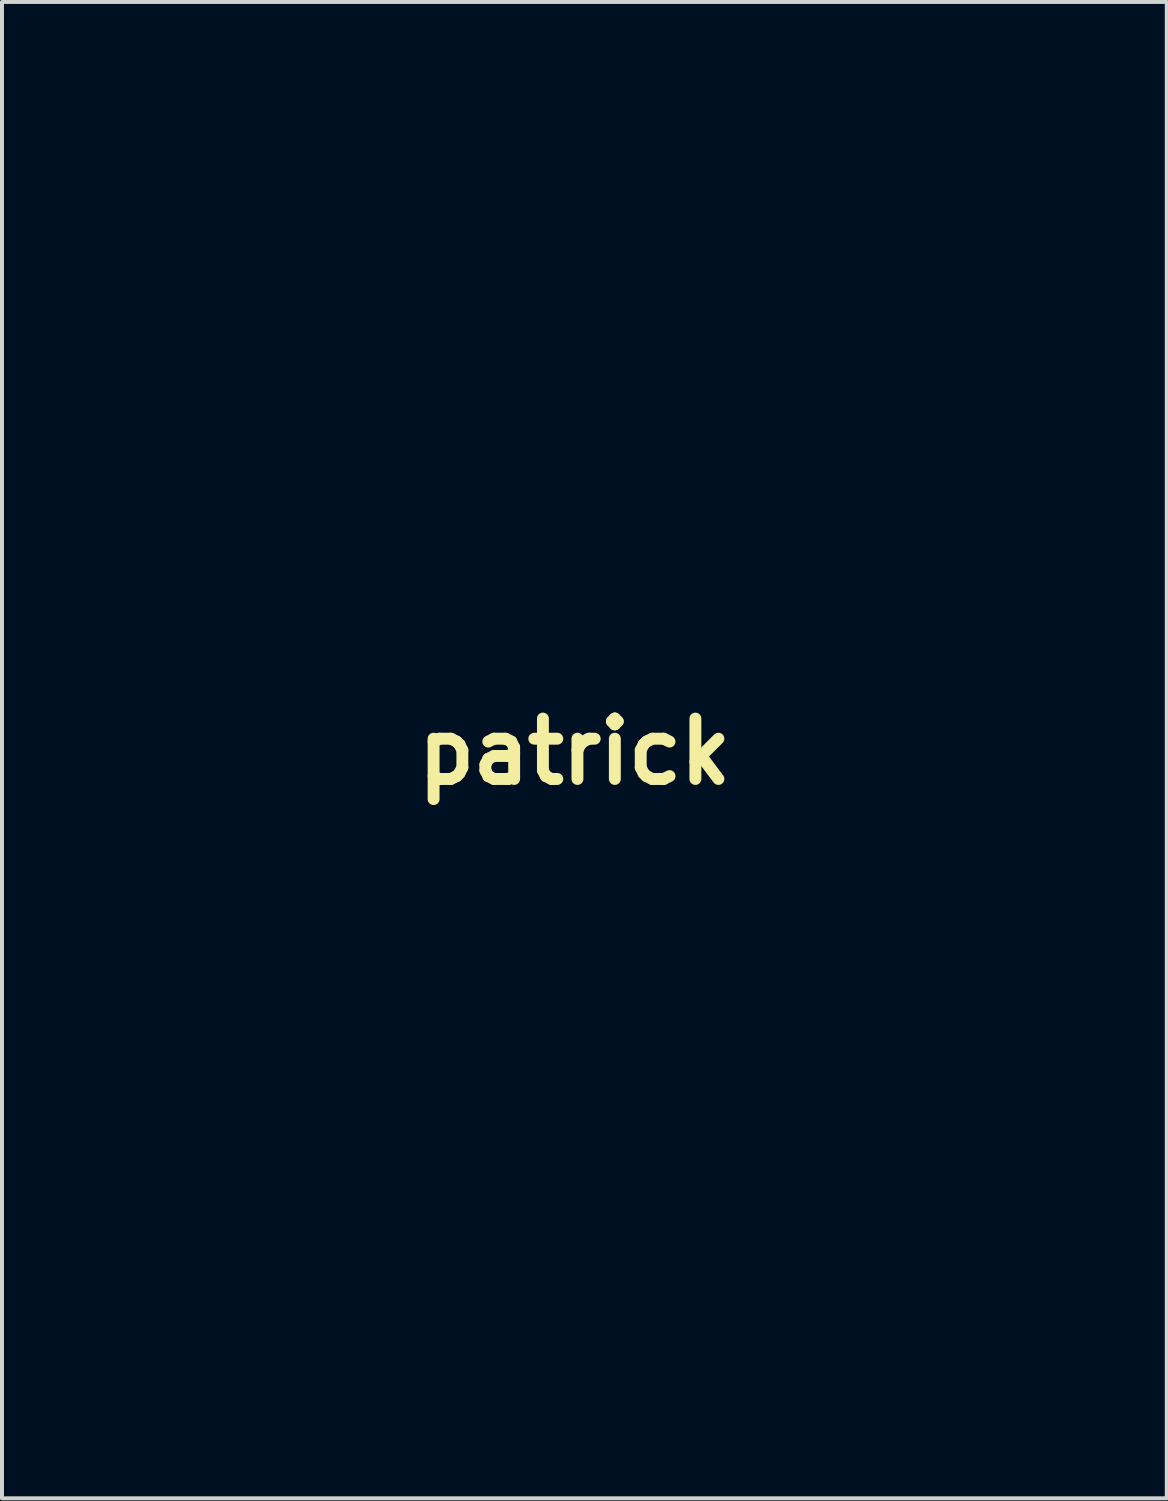
<source format=kicad_pcb>
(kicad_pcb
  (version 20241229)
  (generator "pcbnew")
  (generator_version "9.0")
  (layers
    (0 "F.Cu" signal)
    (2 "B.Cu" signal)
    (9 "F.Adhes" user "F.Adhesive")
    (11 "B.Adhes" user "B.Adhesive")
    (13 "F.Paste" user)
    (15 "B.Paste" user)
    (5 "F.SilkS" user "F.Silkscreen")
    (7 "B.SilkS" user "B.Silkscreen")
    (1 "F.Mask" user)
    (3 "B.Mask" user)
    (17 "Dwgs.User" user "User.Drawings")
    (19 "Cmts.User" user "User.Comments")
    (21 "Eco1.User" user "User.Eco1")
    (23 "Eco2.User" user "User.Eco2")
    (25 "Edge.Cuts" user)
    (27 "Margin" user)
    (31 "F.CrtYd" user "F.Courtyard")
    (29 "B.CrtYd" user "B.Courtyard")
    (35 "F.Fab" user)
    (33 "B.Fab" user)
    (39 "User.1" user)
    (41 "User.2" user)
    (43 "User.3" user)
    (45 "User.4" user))
  (footprint "patrick"
    (layer "F.Cu")
    (at 11.444 15.911)
    (property "Reference" "patrick" (at 0 0 0) (layer "F.SilkS") (effects (font (size 1.524 1.524) (thickness 0.3))))
    (attr through_hole)
    (fp_poly (pts (xy -6.381 2.652) (xy -6.35 2.777) (xy -6.405 2.969) (xy -6.537 3.095) (xy -6.694 3.125) (xy -6.824 3.034) (xy -6.81 2.915) (xy -6.693 2.78) (xy -6.492 2.647) (xy -6.381 2.652)) (stroke (width 0.01) (type solid)) (fill no) (layer "Eco2.User"))
    (fp_poly (pts (xy -7.553 -4.557) (xy -7.406 -4.451) (xy -7.366 -4.367) (xy -7.409 -4.226) (xy -7.547 -4.212) (xy -7.726 -4.286) (xy -7.918 -4.423) (xy -7.947 -4.545) (xy -7.881 -4.61) (xy -7.736 -4.622) (xy -7.553 -4.557)) (stroke (width 0.01) (type solid)) (fill no) (layer "Eco2.User"))
    (fp_poly (pts (xy -0.964 4.125) (xy -0.941 4.277) (xy -1.027 4.478) (xy -1.049 4.508) (xy -1.175 4.639) (xy -1.259 4.615) (xy -1.309 4.499) (xy -1.323 4.273) (xy -1.23 4.112) (xy -1.092 4.064) (xy -0.964 4.125)) (stroke (width 0.01) (type solid)) (fill no) (layer "Eco2.User"))
    (fp_poly (pts (xy -3.745 0.482) (xy -3.738 0.616) (xy -3.823 0.768) (xy -3.873 0.813) (xy -4.048 0.918) (xy -4.154 0.897) (xy -4.182 0.86) (xy -4.173 0.739) (xy -4.077 0.583) (xy -3.942 0.458) (xy -3.848 0.423) (xy -3.745 0.482)) (stroke (width 0.01) (type solid)) (fill no) (layer "Eco2.User"))
    (fp_poly (pts (xy 2.595 -13.242) (xy 2.603 -13.103) (xy 2.507 -12.933) (xy 2.386 -12.836) (xy 2.239 -12.782) (xy 2.133 -12.789) (xy 2.117 -12.821) (xy 2.168 -13.023) (xy 2.29 -13.202) (xy 2.434 -13.291) (xy 2.453 -13.293) (xy 2.595 -13.242)) (stroke (width 0.01) (type solid)) (fill no) (layer "Eco2.User"))
    (fp_poly (pts (xy 7.808 -2.066) (xy 7.814 -1.931) (xy 7.692 -1.739) (xy 7.514 -1.567) (xy 7.394 -1.539) (xy 7.312 -1.652) (xy 7.311 -1.654) (xy 7.328 -1.809) (xy 7.44 -1.979) (xy 7.593 -2.098) (xy 7.67 -2.117) (xy 7.808 -2.066)) (stroke (width 0.01) (type solid)) (fill no) (layer "Eco2.User"))
    (fp_poly (pts (xy -5.534 13.065) (xy -5.502 13.102) (xy -5.481 13.227) (xy -5.45 13.356) (xy -5.44 13.502) (xy -5.543 13.546) (xy -5.569 13.547) (xy -5.732 13.488) (xy -5.791 13.413) (xy -5.839 13.179) (xy -5.765 13.057) (xy -5.673 13.039) (xy -5.534 13.065)) (stroke (width 0.01) (type solid)) (fill no) (layer "Eco2.User"))
    (fp_poly (pts (xy -1.719 -7.391) (xy -1.66 -7.317) (xy -1.608 -7.013) (xy -1.661 -6.713) (xy -1.778 -6.519) (xy -1.992 -6.37) (xy -2.179 -6.383) (xy -2.269 -6.452) (xy -2.345 -6.623) (xy -2.364 -6.877) (xy -2.328 -7.135) (xy -2.253 -7.303) (xy -2.092 -7.415) (xy -1.89 -7.446) (xy -1.719 -7.391)) (stroke (width 0.01) (type solid)) (fill no) (layer "Eco2.User"))
    (fp_poly (pts (xy 0.186 -7.216) (xy 0.314 -7.02) (xy 0.339 -6.818) (xy 0.284 -6.53) (xy 0.143 -6.313) (xy -0.049 -6.191) (xy -0.258 -6.189) (xy -0.406 -6.282) (xy -0.501 -6.479) (xy -0.497 -6.731) (xy -0.412 -6.985) (xy -0.266 -7.186) (xy -0.078 -7.28) (xy -0.05 -7.281) (xy 0.186 -7.216)) (stroke (width 0.01) (type solid)) (fill no) (layer "Eco2.User"))
    (fp_poly (pts (xy -3.904 4.91) (xy -3.928 5.062) (xy -3.977 5.201) (xy -4.02 5.355) (xy -3.958 5.411) (xy -3.813 5.419) (xy -3.582 5.456) (xy -3.497 5.573) (xy -3.522 5.707) (xy -3.643 5.82) (xy -3.847 5.827) (xy -4.088 5.73) (xy -4.18 5.667) (xy -4.363 5.459) (xy -4.377 5.255) (xy -4.222 5.052) (xy -4.149 4.995) (xy -3.975 4.891) (xy -3.904 4.91)) (stroke (width 0.01) (type solid)) (fill no) (layer "Eco2.User"))
    (fp_poly (pts (xy 1.011 -10.482) (xy 1.151 -10.41) (xy 1.459 -10.219) (xy 1.631 -10.051) (xy 1.685 -9.865) (xy 1.641 -9.62) (xy 1.6 -9.495) (xy 1.473 -9.286) (xy 1.304 -9.237) (xy 1.112 -9.352) (xy 1.089 -9.377) (xy 0.766 -9.668) (xy 0.459 -9.873) (xy 0.321 -9.998) (xy 0.268 -10.135) (xy 0.312 -10.23) (xy 0.375 -10.245) (xy 0.485 -10.315) (xy 0.508 -10.414) (xy 0.568 -10.552) (xy 0.74 -10.574) (xy 1.011 -10.482)) (stroke (width 0.01) (type solid)) (fill no) (layer "Eco2.User"))
    (fp_poly (pts (xy -4.492 5.228) (xy -4.487 5.34) (xy -4.417 5.655) (xy -4.231 5.912) (xy -3.968 6.067) (xy -3.806 6.093) (xy -3.597 6.065) (xy -3.375 5.993) (xy -3.2 5.902) (xy -3.133 5.821) (xy -3.062 5.769) (xy -2.963 5.757) (xy -2.826 5.808) (xy -2.794 5.879) (xy -2.862 6.009) (xy -3.026 6.161) (xy -3.226 6.29) (xy -3.403 6.35) (xy -3.416 6.35) (xy -3.564 6.399) (xy -3.598 6.435) (xy -3.738 6.509) (xy -3.978 6.46) (xy -4.231 6.335) (xy -4.465 6.177) (xy -4.655 6.012) (xy -4.676 5.99) (xy -4.784 5.788) (xy -4.824 5.55) (xy -4.795 5.339) (xy -4.695 5.217) (xy -4.692 5.216) (xy -4.542 5.172) (xy -4.492 5.228)) (stroke (width 0.01) (type solid)) (fill no) (layer "Eco2.User"))
    (fp_poly (pts (xy 1.898 -4.746) (xy 2.188 -4.568) (xy 2.216 -4.547) (xy 2.465 -4.327) (xy 2.596 -4.148) (xy 2.6 -4.026) (xy 2.47 -3.979) (xy 2.462 -3.979) (xy 2.317 -4.023) (xy 2.277 -4.085) (xy 2.255 -4.084) (xy 2.207 -3.957) (xy 2.145 -3.742) (xy 2.083 -3.48) (xy 2.059 -3.365) (xy 2.002 -3.197) (xy 1.938 -3.133) (xy 1.871 -3.064) (xy 1.863 -3.009) (xy 1.82 -2.86) (xy 1.706 -2.613) (xy 1.545 -2.313) (xy 1.36 -2.002) (xy 1.24 -1.82) (xy 1.077 -1.617) (xy 0.856 -1.381) (xy 0.612 -1.144) (xy 0.38 -0.94) (xy 0.196 -0.803) (xy 0.106 -0.763) (xy 0.007 -0.721) (xy 0 -0.697) (xy -0.074 -0.622) (xy -0.269 -0.515) (xy -0.543 -0.393) (xy -0.858 -0.275) (xy -1.101 -0.199) (xy -1.394 -0.144) (xy -1.776 -0.11) (xy -2.193 -0.097) (xy -2.595 -0.106) (xy -2.928 -0.137) (xy -3.133 -0.185) (xy -3.474 -0.333) (xy -3.718 -0.457) (xy -3.902 -0.58) (xy -2.879 -0.58) (xy -2.801 -0.543) (xy -2.597 -0.52) (xy -2.307 -0.51) (xy -1.973 -0.515) (xy -1.636 -0.532) (xy -1.339 -0.562) (xy -1.143 -0.599) (xy -0.721 -0.735) (xy -0.334 -0.922) (xy 0.089 -1.196) (xy 0.127 -1.222) (xy 0.55 -1.524) (xy 0.104 -1.524) (xy -0.18 -1.511) (xy -0.41 -1.478) (xy -0.488 -1.454) (xy -0.651 -1.373) (xy -0.889 -1.252) (xy -0.99 -1.2) (xy -1.235 -1.102) (xy -1.387 -1.098) (xy -1.426 -1.181) (xy -1.341 -1.33) (xy -1.288 -1.411) (xy -1.333 -1.439) (xy -1.504 -1.423) (xy -1.596 -1.408) (xy -1.896 -1.339) (xy -2.173 -1.24) (xy -2.222 -1.217) (xy -2.436 -1.078) (xy -2.648 -0.896) (xy -2.81 -0.717) (xy -2.879 -0.584) (xy -2.879 -0.58) (xy -3.902 -0.58) (xy -3.922 -0.593) (xy -4.146 -0.781) (xy -4.326 -0.944) (xy -4.513 -1.16) (xy -4.573 -1.328) (xy -4.519 -1.421) (xy -4.365 -1.412) (xy -4.155 -1.299) (xy -4.03 -1.223) (xy -3.931 -1.225) (xy -3.811 -1.324) (xy -3.675 -1.473) (xy -3.481 -1.74) (xy -3.298 -2.073) (xy -3.222 -2.251) (xy -3.127 -2.563) (xy -3.068 -2.874) (xy -3.049 -3.142) (xy -3.073 -3.327) (xy -3.133 -3.387) (xy -3.249 -3.441) (xy -3.387 -3.556) (xy -3.54 -3.747) (xy -3.55 -3.858) (xy -3.427 -3.881) (xy -3.182 -3.808) (xy -3.103 -3.774) (xy -2.833 -3.678) (xy -2.529 -3.602) (xy -2.498 -3.596) (xy -2.183 -3.56) (xy -1.806 -3.545) (xy -1.4 -3.547) (xy -1.002 -3.565) (xy -0.646 -3.598) (xy -0.367 -3.642) (xy -0.201 -3.696) (xy -0.169 -3.734) (xy -0.096 -3.788) (xy 0.08 -3.81) (xy 0.273 -3.833) (xy 0.375 -3.885) (xy 0.483 -3.95) (xy 0.684 -4.009) (xy 0.71 -4.014) (xy 0.947 -4.078) (xy 1.187 -4.171) (xy 1.398 -4.277) (xy 1.548 -4.377) (xy 1.608 -4.453) (xy 1.545 -4.487) (xy 1.529 -4.487) (xy 1.456 -4.558) (xy 1.439 -4.657) (xy 1.499 -4.794) (xy 1.66 -4.822) (xy 1.898 -4.746)) (stroke (width 0.01) (type solid)) (fill no) (layer "Eco2.User"))
    (fp_poly (pts (xy 4.059 -15.841) (xy 4.31 -15.619) (xy 4.477 -15.351) (xy 4.526 -15.176) (xy 4.557 -14.909) (xy 4.569 -14.6) (xy 4.564 -14.301) (xy 4.539 -14.062) (xy 4.494 -13.933) (xy 4.487 -13.928) (xy 4.421 -13.81) (xy 4.403 -13.678) (xy 4.356 -13.505) (xy 4.235 -13.258) (xy 4.101 -13.042) (xy 3.908 -12.756) (xy 3.758 -12.511) (xy 3.646 -12.279) (xy 3.568 -12.034) (xy 3.518 -11.749) (xy 3.492 -11.398) (xy 3.485 -10.955) (xy 3.492 -10.391) (xy 3.506 -9.779) (xy 3.532 -8.86) (xy 3.564 -8.07) (xy 3.605 -7.37) (xy 3.66 -6.718) (xy 3.73 -6.075) (xy 3.821 -5.401) (xy 3.935 -4.655) (xy 3.969 -4.445) (xy 4.055 -3.995) (xy 4.151 -3.618) (xy 4.247 -3.355) (xy 4.275 -3.304) (xy 4.318 -3.264) (xy 4.39 -3.275) (xy 4.518 -3.352) (xy 4.726 -3.511) (xy 4.992 -3.725) (xy 5.283 -3.962) (xy 5.593 -4.212) (xy 5.704 -4.302) (xy 5.931 -4.484) (xy 6.12 -4.636) (xy 6.186 -4.69) (xy 6.918 -5.25) (xy 7.713 -5.801) (xy 8.528 -6.313) (xy 9.315 -6.758) (xy 9.991 -7.09) (xy 10.474 -7.294) (xy 10.841 -7.416) (xy 11.122 -7.458) (xy 11.349 -7.421) (xy 11.553 -7.308) (xy 11.687 -7.194) (xy 11.841 -7.038) (xy 11.917 -6.9) (xy 11.934 -6.717) (xy 11.914 -6.453) (xy 11.851 -6.083) (xy 11.741 -5.684) (xy 11.675 -5.503) (xy 11.507 -5.158) (xy 11.252 -4.71) (xy 10.931 -4.19) (xy 10.564 -3.628) (xy 10.169 -3.054) (xy 9.766 -2.498) (xy 9.377 -1.989) (xy 9.233 -1.811) (xy 9.106 -1.656) (xy 8.989 -1.512) (xy 8.862 -1.353) (xy 8.702 -1.15) (xy 8.488 -0.876) (xy 8.197 -0.504) (xy 8.101 -0.381) (xy 7.84 -0.048) (xy 7.611 0.245) (xy 7.437 0.468) (xy 7.341 0.589) (xy 7.338 0.593) (xy 6.989 1.04) (xy 6.726 1.396) (xy 6.558 1.649) (xy 6.492 1.789) (xy 6.496 1.811) (xy 6.585 1.962) (xy 6.694 2.239) (xy 6.809 2.601) (xy 6.919 3.007) (xy 7.011 3.417) (xy 7.037 3.556) (xy 7.179 4.555) (xy 7.228 5.443) (xy 7.181 6.25) (xy 7.036 7.009) (xy 6.789 7.752) (xy 6.586 8.213) (xy 6.259 8.849) (xy 5.945 9.357) (xy 5.619 9.774) (xy 5.447 9.957) (xy 5.236 10.204) (xy 5.102 10.467) (xy 5.036 10.786) (xy 5.027 11.202) (xy 5.046 11.535) (xy 5.068 11.944) (xy 5.053 12.223) (xy 4.984 12.408) (xy 4.848 12.536) (xy 4.63 12.646) (xy 4.606 12.656) (xy 4.388 12.795) (xy 4.262 13.022) (xy 4.24 13.095) (xy 4.181 13.335) (xy 4.15 13.516) (xy 4.149 13.541) (xy 4.12 13.712) (xy 4.045 13.985) (xy 3.94 14.304) (xy 3.892 14.436) (xy 3.709 14.868) (xy 3.524 15.184) (xy 3.305 15.437) (xy 3.201 15.531) (xy 2.845 15.763) (xy 2.502 15.831) (xy 2.151 15.734) (xy 1.925 15.596) (xy 1.666 15.371) (xy 1.412 15.064) (xy 1.148 14.651) (xy 0.858 14.11) (xy 0.716 13.822) (xy 0.554 13.509) (xy 0.931 13.509) (xy 0.979 13.619) (xy 1.016 13.631) (xy 1.085 13.702) (xy 1.101 13.801) (xy 1.128 13.938) (xy 1.165 13.97) (xy 1.238 14.039) (xy 1.341 14.213) (xy 1.377 14.287) (xy 1.563 14.654) (xy 1.743 14.922) (xy 1.91 15.108) (xy 2.227 15.371) (xy 2.505 15.477) (xy 2.76 15.427) (xy 3.009 15.222) (xy 3.013 15.218) (xy 3.337 14.772) (xy 3.578 14.273) (xy 3.698 13.807) (xy 3.747 13.549) (xy 3.809 13.356) (xy 3.834 13.312) (xy 3.879 13.183) (xy 3.807 13.137) (xy 3.706 13.183) (xy 3.54 13.251) (xy 3.247 13.317) (xy 2.871 13.374) (xy 2.454 13.418) (xy 2.038 13.443) (xy 1.668 13.445) (xy 1.53 13.437) (xy 1.21 13.417) (xy 1.026 13.424) (xy 0.944 13.463) (xy 0.931 13.509) (xy 0.554 13.509) (xy 0.499 13.402) (xy 0.33 13.141) (xy 0.21 13.04) (xy 0.198 13.039) (xy 0.047 12.99) (xy -0.162 12.867) (xy -0.235 12.815) (xy -0.418 12.659) (xy -0.492 12.519) (xy -0.489 12.316) (xy -0.479 12.234) (xy -0.43 11.876) (xy -0.871 11.825) (xy -1.325 11.766) (xy -1.821 11.691) (xy -2.287 11.613) (xy -2.615 11.55) (xy -2.902 11.489) (xy -2.845 11.792) (xy -2.827 12.026) (xy -2.899 12.189) (xy -2.977 12.271) (xy -3.145 12.397) (xy -3.272 12.446) (xy -3.357 12.52) (xy -3.446 12.707) (xy -3.477 12.806) (xy -3.71 13.512) (xy -3.981 14.06) (xy -4.29 14.447) (xy -4.634 14.672) (xy -5.012 14.734) (xy -5.422 14.631) (xy -5.497 14.596) (xy -5.755 14.4) (xy -6.031 14.08) (xy -6.297 13.676) (xy -6.529 13.229) (xy -6.7 12.777) (xy -6.722 12.7) (xy -6.82 12.363) (xy -6.437 12.363) (xy -6.376 12.562) (xy -6.36 12.595) (xy -6.178 13) (xy -6.048 13.377) (xy -5.983 13.553) (xy -5.932 13.631) (xy -5.851 13.723) (xy -5.721 13.897) (xy -5.684 13.949) (xy -5.533 14.125) (xy -5.397 14.219) (xy -5.371 14.224) (xy -5.262 14.272) (xy -5.249 14.309) (xy -5.187 14.389) (xy -5.032 14.387) (xy -4.833 14.313) (xy -4.636 14.18) (xy -4.606 14.151) (xy -4.33 13.864) (xy -4.158 13.637) (xy -4.059 13.43) (xy -4.03 13.328) (xy -3.973 13.099) (xy -3.93 12.941) (xy -3.936 12.852) (xy -4.044 12.799) (xy -4.287 12.764) (xy -4.294 12.763) (xy -5.177 12.634) (xy -5.912 12.429) (xy -6.287 12.266) (xy -6.405 12.254) (xy -6.437 12.363) (xy -6.82 12.363) (xy -6.844 12.279) (xy -6.959 11.977) (xy -7.091 11.749) (xy -7.262 11.547) (xy -7.344 11.466) (xy -7.588 11.192) (xy -7.692 10.95) (xy -7.681 10.847) (xy -7.286 10.847) (xy -7.275 11.002) (xy -7.13 11.196) (xy -6.88 11.41) (xy -6.55 11.629) (xy -6.166 11.835) (xy -5.757 12.012) (xy -5.349 12.143) (xy -5.149 12.187) (xy -4.795 12.228) (xy -4.388 12.241) (xy -3.98 12.227) (xy -3.62 12.191) (xy -3.36 12.133) (xy -3.305 12.109) (xy -3.161 11.956) (xy -3.149 11.829) (xy -3.205 11.695) (xy -3.351 11.573) (xy -3.617 11.442) (xy -3.81 11.365) (xy -4.584 11.043) (xy -5.312 10.695) (xy -5.958 10.339) (xy -6.485 9.995) (xy -6.616 9.896) (xy -6.839 9.728) (xy -6.963 9.668) (xy -7.016 9.717) (xy -7.027 9.872) (xy -7.027 9.879) (xy -7.061 10.152) (xy -7.148 10.489) (xy -7.263 10.8) (xy -7.286 10.847) (xy -7.681 10.847) (xy -7.666 10.698) (xy -7.589 10.516) (xy -7.512 10.311) (xy -7.427 10.011) (xy -7.366 9.735) (xy -7.258 9.182) (xy -7.524 8.803) (xy -7.827 8.265) (xy -8.078 7.61) (xy -8.269 6.886) (xy -8.388 6.138) (xy -8.419 5.55) (xy -8.128 5.55) (xy -8.109 5.809) (xy -8.054 6.197) (xy -7.97 6.679) (xy -7.862 7.221) (xy -7.858 7.239) (xy -7.765 7.586) (xy -7.64 7.943) (xy -7.598 8.042) (xy -7.434 8.318) (xy -7.173 8.654) (xy -6.854 9.011) (xy -6.517 9.346) (xy -6.199 9.617) (xy -5.992 9.757) (xy -5.797 9.882) (xy -5.684 9.982) (xy -5.673 10.006) (xy -5.604 10.068) (xy -5.546 10.075) (xy -5.433 10.11) (xy -5.419 10.139) (xy -5.349 10.212) (xy -5.178 10.307) (xy -5.144 10.322) (xy -4.902 10.43) (xy -4.599 10.569) (xy -4.45 10.639) (xy -4.188 10.751) (xy -3.969 10.823) (xy -3.884 10.837) (xy -3.728 10.88) (xy -3.683 10.922) (xy -3.564 10.993) (xy -3.465 11.007) (xy -3.245 11.047) (xy -3.153 11.085) (xy -2.994 11.137) (xy -2.706 11.204) (xy -2.327 11.277) (xy -1.896 11.35) (xy -1.451 11.416) (xy -1.032 11.469) (xy -0.953 11.477) (xy -0.665 11.504) (xy -0.506 11.501) (xy -0.439 11.456) (xy -0.424 11.358) (xy -0.423 11.316) (xy -0.385 11.127) (xy -0.294 11.023) (xy -0.187 11.046) (xy -0.185 11.048) (xy -0.158 11.154) (xy -0.138 11.386) (xy -0.128 11.697) (xy -0.127 11.789) (xy -0.127 12.472) (xy 0.209 12.646) (xy 0.492 12.77) (xy 0.806 12.855) (xy 1.191 12.909) (xy 1.685 12.937) (xy 1.985 12.943) (xy 2.35 12.944) (xy 2.567 12.93) (xy 2.656 12.9) (xy 2.642 12.852) (xy 2.581 12.703) (xy 2.548 12.441) (xy 2.543 12.121) (xy 2.564 11.796) (xy 2.612 11.521) (xy 2.658 11.39) (xy 2.897 11.054) (xy 3.176 10.874) (xy 3.482 10.856) (xy 3.805 11.003) (xy 3.809 11.006) (xy 3.988 11.11) (xy 4.097 11.102) (xy 4.132 11.069) (xy 4.168 10.938) (xy 4.068 10.775) (xy 3.824 10.567) (xy 3.747 10.511) (xy 3.558 10.346) (xy 3.481 10.161) (xy 3.471 9.995) (xy 3.484 9.83) (xy 3.536 9.685) (xy 3.654 9.523) (xy 3.859 9.309) (xy 4.054 9.123) (xy 4.452 8.784) (xy 4.804 8.578) (xy 5.149 8.491) (xy 5.525 8.51) (xy 5.699 8.545) (xy 6.022 8.621) (xy 6.279 8.057) (xy 6.416 7.757) (xy 6.535 7.504) (xy 6.61 7.35) (xy 6.612 7.346) (xy 6.675 7.14) (xy 6.689 7.003) (xy 6.718 6.814) (xy 6.762 6.727) (xy 6.807 6.606) (xy 6.852 6.369) (xy 6.886 6.073) (xy 6.937 5.5) (xy 6.58 5.777) (xy 6.372 5.941) (xy 6.223 6.062) (xy 6.181 6.1) (xy 6.005 6.245) (xy 5.71 6.439) (xy 5.333 6.662) (xy 4.909 6.893) (xy 4.474 7.114) (xy 4.064 7.303) (xy 3.81 7.408) (xy 3.55 7.511) (xy 3.339 7.601) (xy 3.282 7.629) (xy 3.067 7.695) (xy 2.969 7.705) (xy 2.81 7.739) (xy 2.758 7.78) (xy 2.648 7.85) (xy 2.478 7.903) (xy 2.25 7.951) (xy 1.954 8.015) (xy 1.841 8.04) (xy 1.33 8.147) (xy 0.92 8.219) (xy 0.548 8.262) (xy 0.15 8.284) (xy -0.337 8.292) (xy -0.36 8.292) (xy -0.794 8.298) (xy -1.086 8.312) (xy -1.259 8.338) (xy -1.339 8.379) (xy -1.355 8.422) (xy -1.399 8.582) (xy -1.508 8.813) (xy -1.646 9.052) (xy -1.779 9.233) (xy -1.807 9.26) (xy -2.12 9.467) (xy -2.459 9.564) (xy -2.779 9.547) (xy -3.035 9.412) (xy -3.068 9.377) (xy -3.219 9.168) (xy -3.309 8.996) (xy -3.398 8.849) (xy -3.472 8.805) (xy -3.516 8.859) (xy -3.467 8.983) (xy -3.411 9.253) (xy -3.501 9.538) (xy -3.658 9.734) (xy -3.879 9.847) (xy -4.206 9.902) (xy -4.583 9.899) (xy -4.954 9.834) (xy -5.08 9.794) (xy -5.446 9.649) (xy -5.759 9.508) (xy -5.985 9.389) (xy -6.092 9.306) (xy -6.096 9.293) (xy -6.162 9.232) (xy -6.192 9.229) (xy -6.344 9.151) (xy -6.458 8.945) (xy -6.514 8.65) (xy -6.517 8.575) (xy -6.487 8.295) (xy -6.368 8.058) (xy -6.254 7.916) (xy -6.11 7.729) (xy -6.043 7.592) (xy -6.047 7.556) (xy -6.134 7.56) (xy -6.166 7.596) (xy -6.313 7.731) (xy -6.537 7.847) (xy -6.756 7.906) (xy -6.844 7.902) (xy -6.982 7.812) (xy -7.144 7.633) (xy -7.185 7.577) (xy -7.296 7.386) (xy -7.318 7.306) (xy -4.286 7.306) (xy -4.235 7.349) (xy -4.06 7.42) (xy -3.836 7.492) (xy -3.531 7.584) (xy -3.262 7.666) (xy -3.133 7.707) (xy -2.959 7.747) (xy -2.665 7.795) (xy -2.3 7.844) (xy -2.074 7.87) (xy -1.683 7.912) (xy -1.33 7.951) (xy -1.065 7.98) (xy -0.974 7.99) (xy -0.652 8.016) (xy -0.339 8.019) (xy 0.009 7.993) (xy 0.44 7.937) (xy 0.889 7.866) (xy 1.313 7.795) (xy 1.7 7.731) (xy 2.007 7.679) (xy 2.181 7.649) (xy 2.384 7.595) (xy 2.501 7.53) (xy 2.503 7.526) (xy 2.616 7.466) (xy 2.74 7.451) (xy 2.927 7.423) (xy 3.01 7.383) (xy 3.13 7.32) (xy 3.355 7.228) (xy 3.556 7.156) (xy 3.772 7.077) (xy 3.984 6.99) (xy 4.225 6.877) (xy 4.526 6.723) (xy 4.918 6.514) (xy 5.307 6.302) (xy 5.583 6.134) (xy 5.896 5.918) (xy 6.212 5.681) (xy 6.495 5.45) (xy 6.713 5.251) (xy 6.831 5.112) (xy 6.84 5.092) (xy 6.798 5.093) (xy 6.653 5.187) (xy 6.43 5.357) (xy 6.255 5.5) (xy 5.669 5.93) (xy 4.966 6.341) (xy 4.7 6.475) (xy 4.089 6.768) (xy 3.593 6.998) (xy 3.174 7.179) (xy 2.794 7.321) (xy 2.417 7.439) (xy 2.005 7.545) (xy 1.521 7.652) (xy 0.928 7.772) (xy 0.861 7.785) (xy 0.244 7.862) (xy -0.486 7.881) (xy -1.285 7.846) (xy -2.109 7.76) (xy -2.912 7.626) (xy -3.651 7.449) (xy -3.837 7.393) (xy -4.077 7.327) (xy -4.244 7.299) (xy -4.286 7.306) (xy -7.318 7.306) (xy -7.35 7.188) (xy -7.36 6.917) (xy -7.353 6.735) (xy -7.344 6.426) (xy -7.364 6.234) (xy -7.427 6.104) (xy -7.539 5.989) (xy -7.747 5.781) (xy -7.94 5.555) (xy -8.128 5.311) (xy -8.128 5.55) (xy -8.419 5.55) (xy -8.426 5.416) (xy -8.378 4.799) (xy -8.082 4.799) (xy -7.995 4.948) (xy -7.846 5.154) (xy -7.661 5.384) (xy -7.467 5.604) (xy -7.312 5.757) (xy -6.939 6.064) (xy -6.518 6.344) (xy -6.003 6.625) (xy -5.673 6.786) (xy -5.25 6.985) (xy -4.952 7.121) (xy -4.75 7.206) (xy -4.617 7.252) (xy -4.524 7.27) (xy -4.487 7.271) (xy -4.482 7.242) (xy -4.604 7.167) (xy -4.741 7.1) (xy -5.368 6.809) (xy -5.868 6.557) (xy -6.275 6.324) (xy -6.621 6.089) (xy -6.939 5.83) (xy -7.261 5.527) (xy -7.421 5.364) (xy -7.678 5.105) (xy -7.893 4.898) (xy -8.037 4.77) (xy -8.081 4.741) (xy -8.082 4.799) (xy -8.378 4.799) (xy -8.376 4.784) (xy -8.324 4.394) (xy -8.281 3.941) (xy -7.945 3.941) (xy -7.921 4.146) (xy -7.833 4.342) (xy -7.765 4.451) (xy -7.491 4.815) (xy -7.118 5.224) (xy -6.688 5.634) (xy -6.625 5.689) (xy -6.449 5.813) (xy -6.161 5.988) (xy -5.802 6.19) (xy -5.413 6.398) (xy -5.034 6.59) (xy -4.707 6.742) (xy -4.614 6.781) (xy -4.225 6.937) (xy -3.956 7.036) (xy -3.772 7.09) (xy -3.637 7.111) (xy -3.593 7.112) (xy -3.418 7.145) (xy -3.344 7.197) (xy -3.235 7.248) (xy -3.02 7.278) (xy -2.921 7.281) (xy -2.683 7.299) (xy -2.524 7.344) (xy -2.498 7.366) (xy -2.396 7.395) (xy -2.138 7.419) (xy -1.739 7.436) (xy -1.212 7.447) (xy -0.593 7.451) (xy 0.045 7.447) (xy 0.568 7.436) (xy 0.963 7.418) (xy 1.216 7.394) (xy 1.312 7.366) (xy 1.425 7.308) (xy 1.63 7.282) (xy 1.651 7.281) (xy 1.86 7.259) (xy 1.985 7.203) (xy 1.99 7.197) (xy 2.108 7.127) (xy 2.216 7.112) (xy 2.393 7.086) (xy 2.642 7.021) (xy 2.907 6.934) (xy 3.136 6.844) (xy 3.272 6.77) (xy 3.288 6.752) (xy 3.385 6.694) (xy 3.437 6.689) (xy 3.613 6.651) (xy 3.705 6.611) (xy 3.977 6.476) (xy 4.278 6.337) (xy 4.563 6.214) (xy 4.785 6.127) (xy 4.898 6.096) (xy 4.99 6.039) (xy 4.995 6.011) (xy 5.063 5.934) (xy 5.106 5.927) (xy 5.247 5.873) (xy 5.385 5.77) (xy 5.544 5.64) (xy 5.644 5.58) (xy 5.783 5.491) (xy 5.984 5.322) (xy 6.21 5.107) (xy 6.427 4.884) (xy 6.597 4.688) (xy 6.684 4.556) (xy 6.689 4.536) (xy 6.733 4.419) (xy 6.773 4.403) (xy 6.827 4.328) (xy 6.856 4.14) (xy 6.858 4.069) (xy 6.838 3.844) (xy 6.789 3.699) (xy 6.773 3.683) (xy 6.712 3.568) (xy 6.689 3.387) (xy 6.662 3.193) (xy 6.604 3.09) (xy 6.538 2.974) (xy 6.519 2.831) (xy 6.49 2.675) (xy 6.435 2.625) (xy 6.365 2.554) (xy 6.35 2.46) (xy 6.314 2.287) (xy 6.214 2.263) (xy 6.065 2.389) (xy 5.999 2.476) (xy 5.793 2.751) (xy 5.644 2.901) (xy 5.527 2.946) (xy 5.465 2.934) (xy 5.401 2.84) (xy 5.395 2.689) (xy 5.443 2.565) (xy 5.493 2.54) (xy 5.561 2.471) (xy 5.65 2.306) (xy 5.652 2.302) (xy 5.791 2.059) (xy 5.927 1.882) (xy 6.048 1.734) (xy 6.096 1.645) (xy 6.142 1.555) (xy 6.26 1.374) (xy 6.419 1.145) (xy 6.588 0.913) (xy 6.736 0.72) (xy 6.814 0.629) (xy 6.913 0.505) (xy 7.058 0.305) (xy 7.112 0.227) (xy 7.253 0.039) (xy 7.361 -0.072) (xy 7.387 -0.084) (xy 7.445 -0.153) (xy 7.451 -0.199) (xy 7.509 -0.334) (xy 7.631 -0.474) (xy 7.798 -0.651) (xy 7.98 -0.884) (xy 8.013 -0.931) (xy 8.187 -1.174) (xy 8.405 -1.462) (xy 8.52 -1.609) (xy 8.738 -1.883) (xy 8.954 -2.156) (xy 9.048 -2.274) (xy 9.225 -2.497) (xy 9.382 -2.688) (xy 9.409 -2.721) (xy 9.548 -2.897) (xy 9.714 -3.127) (xy 9.748 -3.176) (xy 9.886 -3.359) (xy 9.991 -3.462) (xy 10.012 -3.471) (xy 10.07 -3.539) (xy 10.075 -3.588) (xy 10.135 -3.734) (xy 10.211 -3.817) (xy 10.36 -3.991) (xy 10.423 -4.103) (xy 10.528 -4.312) (xy 10.654 -4.523) (xy 10.753 -4.657) (xy 10.822 -4.755) (xy 10.913 -4.907) (xy 11.17 -5.378) (xy 11.337 -5.72) (xy 11.419 -5.945) (xy 11.43 -6.019) (xy 11.472 -6.176) (xy 11.515 -6.223) (xy 11.59 -6.357) (xy 11.589 -6.566) (xy 11.52 -6.78) (xy 11.432 -6.898) (xy 11.267 -6.997) (xy 11.045 -7.011) (xy 10.92 -6.995) (xy 10.664 -6.941) (xy 10.462 -6.879) (xy 10.431 -6.866) (xy 10.275 -6.789) (xy 10.031 -6.672) (xy 9.864 -6.593) (xy 9.622 -6.476) (xy 9.45 -6.385) (xy 9.398 -6.351) (xy 9.302 -6.29) (xy 9.111 -6.186) (xy 9.017 -6.138) (xy 8.766 -5.998) (xy 8.556 -5.856) (xy 8.514 -5.821) (xy 8.349 -5.708) (xy 8.239 -5.673) (xy 8.137 -5.621) (xy 8.128 -5.588) (xy 8.067 -5.506) (xy 8.047 -5.503) (xy 7.945 -5.457) (xy 7.744 -5.336) (xy 7.484 -5.165) (xy 7.202 -4.971) (xy 6.937 -4.779) (xy 6.726 -4.616) (xy 6.652 -4.553) (xy 6.506 -4.44) (xy 6.423 -4.403) (xy 6.325 -4.348) (xy 6.17 -4.215) (xy 6.146 -4.191) (xy 5.992 -4.05) (xy 5.89 -3.981) (xy 5.882 -3.979) (xy 5.784 -3.928) (xy 5.72 -3.873) (xy 5.464 -3.644) (xy 5.174 -3.408) (xy 5.03 -3.3) (xy 4.857 -3.167) (xy 4.592 -2.95) (xy 4.272 -2.68) (xy 3.93 -2.385) (xy 3.601 -2.095) (xy 3.5 -2.004) (xy 3.24 -1.802) (xy 3.063 -1.742) (xy 2.974 -1.824) (xy 2.963 -1.917) (xy 3.021 -2.035) (xy 3.173 -2.229) (xy 3.389 -2.461) (xy 3.438 -2.51) (xy 3.681 -2.758) (xy 3.818 -2.932) (xy 3.872 -3.068) (xy 3.863 -3.201) (xy 3.822 -3.403) (xy 3.763 -3.702) (xy 3.706 -3.994) (xy 3.643 -4.288) (xy 3.581 -4.514) (xy 3.535 -4.622) (xy 3.496 -4.739) (xy 3.473 -4.958) (xy 3.471 -5.052) (xy 3.454 -5.274) (xy 3.41 -5.404) (xy 3.387 -5.419) (xy 3.342 -5.496) (xy 3.312 -5.702) (xy 3.302 -5.964) (xy 3.29 -6.253) (xy 3.258 -6.47) (xy 3.217 -6.562) (xy 3.192 -6.662) (xy 3.172 -6.923) (xy 3.155 -7.339) (xy 3.143 -7.9) (xy 3.135 -8.6) (xy 3.133 -9.431) (xy 3.133 -9.446) (xy 3.134 -10.246) (xy 3.138 -10.894) (xy 3.146 -11.408) (xy 3.16 -11.806) (xy 3.181 -12.105) (xy 3.211 -12.325) (xy 3.25 -12.481) (xy 3.301 -12.593) (xy 3.365 -12.677) (xy 3.387 -12.7) (xy 3.469 -12.817) (xy 3.593 -13.025) (xy 3.723 -13.263) (xy 3.828 -13.472) (xy 3.868 -13.568) (xy 3.942 -13.693) (xy 3.989 -13.716) (xy 4.046 -13.788) (xy 4.064 -13.923) (xy 4.095 -14.102) (xy 4.149 -14.182) (xy 4.196 -14.289) (xy 4.226 -14.51) (xy 4.233 -14.699) (xy 4.217 -15.006) (xy 4.154 -15.209) (xy 4.04 -15.356) (xy 3.871 -15.48) (xy 3.727 -15.513) (xy 3.723 -15.512) (xy 3.571 -15.454) (xy 3.34 -15.352) (xy 3.078 -15.229) (xy 2.838 -15.111) (xy 2.67 -15.021) (xy 2.625 -14.99) (xy 2.537 -14.916) (xy 2.361 -14.78) (xy 2.244 -14.693) (xy 2.006 -14.498) (xy 1.708 -14.225) (xy 1.382 -13.907) (xy 1.059 -13.576) (xy 0.772 -13.267) (xy 0.554 -13.01) (xy 0.449 -12.863) (xy 0.332 -12.696) (xy 0.242 -12.616) (xy 0.236 -12.615) (xy 0.173 -12.549) (xy 0.169 -12.516) (xy 0.117 -12.381) (xy 0.029 -12.262) (xy -0.132 -12.054) (xy -0.3 -11.771) (xy -0.481 -11.409) (xy -0.589 -11.212) (xy -0.678 -11.1) (xy -0.697 -11.091) (xy -0.755 -11.029) (xy -0.751 -10.907) (xy -0.69 -10.823) (xy -0.62 -10.729) (xy -0.563 -10.566) (xy -0.558 -10.351) (xy -0.689 -10.168) (xy -0.693 -10.164) (xy -0.871 -10.038) (xy -1.015 -9.991) (xy -1.217 -9.917) (xy -1.34 -9.734) (xy -1.355 -9.635) (xy -1.394 -9.507) (xy -1.439 -9.483) (xy -1.509 -9.412) (xy -1.524 -9.32) (xy -1.572 -9.168) (xy -1.63 -9.122) (xy -1.635 -9.067) (xy -1.515 -8.974) (xy -1.468 -8.948) (xy -1.228 -8.786) (xy -1.032 -8.595) (xy -0.859 -8.424) (xy -0.723 -8.387) (xy -0.663 -8.449) (xy -0.514 -8.619) (xy -0.251 -8.765) (xy 0.07 -8.863) (xy 0.331 -8.89) (xy 0.575 -8.879) (xy 0.731 -8.85) (xy 0.762 -8.826) (xy 0.831 -8.751) (xy 0.999 -8.657) (xy 1.011 -8.652) (xy 1.25 -8.461) (xy 1.473 -8.113) (xy 1.476 -8.107) (xy 1.653 -7.6) (xy 1.71 -7.062) (xy 1.658 -6.519) (xy 1.509 -5.996) (xy 1.276 -5.519) (xy 0.97 -5.113) (xy 0.602 -4.804) (xy 0.185 -4.617) (xy -0.152 -4.572) (xy -0.416 -4.588) (xy -0.619 -4.656) (xy -0.833 -4.806) (xy -0.941 -4.898) (xy -1.152 -5.077) (xy -1.28 -5.157) (xy -1.37 -5.152) (xy -1.466 -5.076) (xy -1.475 -5.067) (xy -1.638 -4.949) (xy -1.75 -4.911) (xy -1.853 -4.86) (xy -1.863 -4.826) (xy -1.94 -4.781) (xy -2.142 -4.751) (xy -2.379 -4.741) (xy -2.748 -4.763) (xy -3.009 -4.838) (xy -3.134 -4.911) (xy -3.372 -5.081) (xy -3.515 -4.678) (xy -3.64 -4.331) (xy -3.736 -4.08) (xy -3.827 -3.864) (xy -3.94 -3.618) (xy -3.99 -3.514) (xy -4.112 -3.275) (xy -4.212 -3.109) (xy -4.255 -3.062) (xy -4.318 -2.966) (xy -4.318 -2.957) (xy -4.351 -2.818) (xy -4.432 -2.615) (xy -4.533 -2.406) (xy -4.626 -2.25) (xy -4.677 -2.201) (xy -4.739 -2.136) (xy -4.741 -2.111) (xy -4.785 -1.992) (xy -4.895 -1.791) (xy -4.974 -1.665) (xy -5.186 -1.339) (xy -5.333 -1.101) (xy -5.447 -0.903) (xy -5.553 -0.699) (xy -5.663 -0.518) (xy -5.755 -0.426) (xy -5.767 -0.423) (xy -5.84 -0.359) (xy -5.842 -0.338) (xy -5.888 -0.232) (xy -6.008 -0.032) (xy -6.173 0.22) (xy -6.355 0.482) (xy -6.524 0.713) (xy -6.654 0.872) (xy -6.705 0.917) (xy -6.772 1.014) (xy -6.773 1.029) (xy -6.821 1.143) (xy -6.94 1.328) (xy -6.985 1.389) (xy -7.119 1.587) (xy -7.192 1.738) (xy -7.197 1.765) (xy -7.254 1.857) (xy -7.281 1.863) (xy -7.363 1.927) (xy -7.366 1.949) (xy -7.41 2.066) (xy -7.52 2.264) (xy -7.591 2.376) (xy -7.732 2.631) (xy -7.823 2.871) (xy -7.836 2.946) (xy -7.859 3.161) (xy -7.894 3.461) (xy -7.918 3.647) (xy -7.945 3.941) (xy -8.281 3.941) (xy -8.28 3.932) (xy -8.253 3.495) (xy -8.252 3.477) (xy -8.23 3.125) (xy -8.196 2.821) (xy -8.156 2.619) (xy -8.145 2.588) (xy -7.915 2.101) (xy -7.728 1.744) (xy -7.568 1.489) (xy -7.5 1.397) (xy -7.305 1.153) (xy -7.61 0.724) (xy -7.779 0.495) (xy -7.915 0.329) (xy -7.979 0.268) (xy -8.043 0.172) (xy -8.043 0.169) (xy -8.089 0.073) (xy -8.21 -0.128) (xy -8.387 -0.399) (xy -8.509 -0.578) (xy -8.708 -0.87) (xy -8.865 -1.108) (xy -8.958 -1.257) (xy -8.975 -1.292) (xy -9.016 -1.375) (xy -9.126 -1.572) (xy -9.288 -1.849) (xy -9.428 -2.083) (xy -9.943 -2.974) (xy -10.374 -3.789) (xy -10.71 -4.51) (xy -10.871 -4.911) (xy -10.991 -5.235) (xy -11.095 -5.514) (xy -11.164 -5.696) (xy -11.171 -5.715) (xy -11.32 -6.195) (xy -11.41 -6.701) (xy -11.431 -7.062) (xy -11.091 -7.062) (xy -11.079 -6.776) (xy -11.046 -6.563) (xy -11.007 -6.477) (xy -10.936 -6.358) (xy -10.922 -6.259) (xy -10.883 -6.038) (xy -10.847 -5.947) (xy -10.761 -5.762) (xy -10.668 -5.546) (xy -10.57 -5.317) (xy -10.489 -5.145) (xy -10.425 -4.98) (xy -10.414 -4.914) (xy -10.379 -4.788) (xy -10.29 -4.572) (xy -10.172 -4.317) (xy -10.048 -4.074) (xy -9.944 -3.892) (xy -9.888 -3.824) (xy -9.832 -3.727) (xy -9.821 -3.641) (xy -9.791 -3.496) (xy -9.758 -3.457) (xy -9.69 -3.372) (xy -9.575 -3.177) (xy -9.441 -2.921) (xy -9.306 -2.657) (xy -9.199 -2.459) (xy -9.144 -2.371) (xy -9.058 -2.246) (xy -8.901 -1.978) (xy -8.679 -1.573) (xy -8.671 -1.558) (xy -8.531 -1.313) (xy -8.349 -1.014) (xy -8.146 -0.697) (xy -7.947 -0.395) (xy -7.773 -0.144) (xy -7.647 0.022) (xy -7.599 0.071) (xy -7.536 0.167) (xy -7.535 0.176) (xy -7.482 0.293) (xy -7.357 0.455) (xy -7.214 0.603) (xy -7.105 0.676) (xy -7.097 0.677) (xy -7.035 0.609) (xy -7.027 0.55) (xy -6.991 0.438) (xy -6.961 0.423) (xy -6.889 0.356) (xy -6.757 0.178) (xy -6.591 -0.074) (xy -6.559 -0.127) (xy -6.391 -0.389) (xy -6.252 -0.584) (xy -6.167 -0.675) (xy -6.16 -0.677) (xy -6.101 -0.745) (xy -6.096 -0.788) (xy -6.044 -0.932) (xy -5.948 -1.066) (xy -5.831 -1.216) (xy -5.691 -1.436) (xy -5.508 -1.759) (xy -5.383 -1.99) (xy -5.293 -2.142) (xy -5.249 -2.201) (xy -5.163 -2.326) (xy -5.006 -2.596) (xy -4.782 -3.004) (xy -4.77 -3.027) (xy -4.674 -3.233) (xy -4.644 -3.364) (xy -4.661 -3.387) (xy -4.775 -3.43) (xy -4.973 -3.542) (xy -5.094 -3.619) (xy -5.328 -3.774) (xy -5.518 -3.9) (xy -5.575 -3.937) (xy -5.729 -4.056) (xy -5.904 -4.212) (xy -6.062 -4.344) (xy -6.171 -4.402) (xy -6.174 -4.403) (xy -6.27 -4.457) (xy -6.441 -4.597) (xy -6.575 -4.72) (xy -6.845 -4.964) (xy -7.137 -5.207) (xy -7.242 -5.287) (xy -7.468 -5.463) (xy -7.652 -5.619) (xy -7.705 -5.669) (xy -7.852 -5.804) (xy -8.064 -5.976) (xy -8.128 -6.025) (xy -8.358 -6.205) (xy -8.557 -6.373) (xy -8.594 -6.406) (xy -8.75 -6.538) (xy -8.99 -6.724) (xy -9.229 -6.9) (xy -9.468 -7.079) (xy -9.645 -7.223) (xy -9.723 -7.301) (xy -9.82 -7.36) (xy -9.871 -7.366) (xy -9.979 -7.414) (xy -9.991 -7.451) (xy -10.059 -7.526) (xy -10.118 -7.535) (xy -10.23 -7.581) (xy -10.245 -7.62) (xy -10.316 -7.689) (xy -10.414 -7.705) (xy -10.552 -7.74) (xy -10.583 -7.789) (xy -10.639 -7.868) (xy -10.778 -7.842) (xy -10.937 -7.734) (xy -11.029 -7.602) (xy -11.078 -7.393) (xy -11.091 -7.062) (xy -11.431 -7.062) (xy -11.439 -7.185) (xy -11.402 -7.598) (xy -11.334 -7.822) (xy -11.143 -8.058) (xy -10.86 -8.167) (xy -10.515 -8.138) (xy -10.441 -8.115) (xy -10.214 -8.027) (xy -10.054 -7.951) (xy -10.033 -7.937) (xy -9.922 -7.86) (xy -9.717 -7.72) (xy -9.483 -7.564) (xy -9.239 -7.398) (xy -9.055 -7.268) (xy -8.975 -7.204) (xy -8.893 -7.13) (xy -8.717 -6.977) (xy -8.479 -6.777) (xy -8.424 -6.732) (xy -8.147 -6.498) (xy -7.893 -6.28) (xy -7.715 -6.121) (xy -7.705 -6.111) (xy -7.491 -5.923) (xy -7.175 -5.659) (xy -6.789 -5.345) (xy -6.365 -5.006) (xy -5.936 -4.668) (xy -5.534 -4.357) (xy -5.192 -4.099) (xy -4.984 -3.949) (xy -4.685 -3.75) (xy -4.491 -3.649) (xy -4.377 -3.635) (xy -4.338 -3.662) (xy -4.252 -3.813) (xy -4.119 -4.107) (xy -3.946 -4.528) (xy -3.812 -4.868) (xy -3.731 -5.075) (xy -3.651 -5.275) (xy -3.598 -5.518) (xy -3.648 -5.687) (xy -3.692 -5.863) (xy -3.714 -6.166) (xy -3.712 -6.552) (xy -3.712 -6.576) (xy -3.556 -6.576) (xy -3.513 -6.12) (xy -3.461 -5.952) (xy -3.319 -5.623) (xy -3.196 -5.411) (xy -3.058 -5.27) (xy -2.882 -5.161) (xy -2.534 -5.026) (xy -2.221 -5.028) (xy -1.887 -5.169) (xy -1.795 -5.226) (xy -1.439 -5.457) (xy -1.439 -6.24) (xy -1.436 -6.415) (xy -1.269 -6.415) (xy -1.213 -5.889) (xy -1.06 -5.453) (xy -0.826 -5.121) (xy -0.527 -4.908) (xy -0.179 -4.831) (xy 0.201 -4.903) (xy 0.307 -4.95) (xy 0.672 -5.211) (xy 1.015 -5.607) (xy 1.192 -5.884) (xy 1.29 -6.09) (xy 1.35 -6.314) (xy 1.38 -6.608) (xy 1.39 -6.985) (xy 1.389 -7.361) (xy 1.37 -7.618) (xy 1.325 -7.803) (xy 1.242 -7.967) (xy 1.172 -8.073) (xy 0.904 -8.374) (xy 0.605 -8.572) (xy 0.339 -8.636) (xy 0.078 -8.58) (xy -0.218 -8.432) (xy -0.508 -8.226) (xy -0.75 -7.994) (xy -0.901 -7.768) (xy -0.931 -7.643) (xy -0.971 -7.543) (xy -0.995 -7.535) (xy -1.07 -7.458) (xy -1.145 -7.258) (xy -1.211 -6.98) (xy -1.256 -6.669) (xy -1.269 -6.415) (xy -1.436 -6.415) (xy -1.431 -6.66) (xy -1.398 -6.972) (xy -1.332 -7.238) (xy -1.228 -7.501) (xy -1.115 -7.772) (xy -1.039 -7.989) (xy -1.016 -8.09) (xy -1.076 -8.202) (xy -1.231 -8.374) (xy -1.37 -8.502) (xy -1.694 -8.725) (xy -1.997 -8.804) (xy -2.309 -8.737) (xy -2.655 -8.521) (xy -2.823 -8.382) (xy -3.116 -8.033) (xy -3.344 -7.582) (xy -3.495 -7.08) (xy -3.556 -6.576) (xy -3.712 -6.576) (xy -3.711 -6.592) (xy -3.622 -7.309) (xy -3.418 -7.908) (xy -3.093 -8.4) (xy -2.666 -8.78) (xy -2.433 -8.91) (xy -2.213 -8.985) (xy -2.201 -8.987) (xy -2.014 -9.078) (xy -1.854 -9.308) (xy -1.833 -9.353) (xy -1.746 -9.591) (xy -1.686 -9.857) (xy -1.658 -10.101) (xy -1.669 -10.274) (xy -1.714 -10.329) (xy -1.785 -10.363) (xy -1.734 -10.442) (xy -1.588 -10.532) (xy -1.542 -10.551) (xy -1.377 -10.659) (xy -1.202 -10.877) (xy -0.997 -11.228) (xy -0.976 -11.268) (xy -0.383 -12.288) (xy 0.279 -13.23) (xy 0.99 -14.071) (xy 1.729 -14.786) (xy 2.328 -15.251) (xy 2.609 -15.437) (xy 2.852 -15.576) (xy 3.13 -15.706) (xy 3.412 -15.822) (xy 3.765 -15.906) (xy 4.059 -15.841)) (stroke (width 0.01) (type solid)) (fill no) (layer "Eco2.User")))
  (gr_rect
    (start -3 -3)
    (end 26.383 34.747)
    (stroke (width 0.1) (type default))
    (fill no)
    (layer "Edge.Cuts")))
</source>
